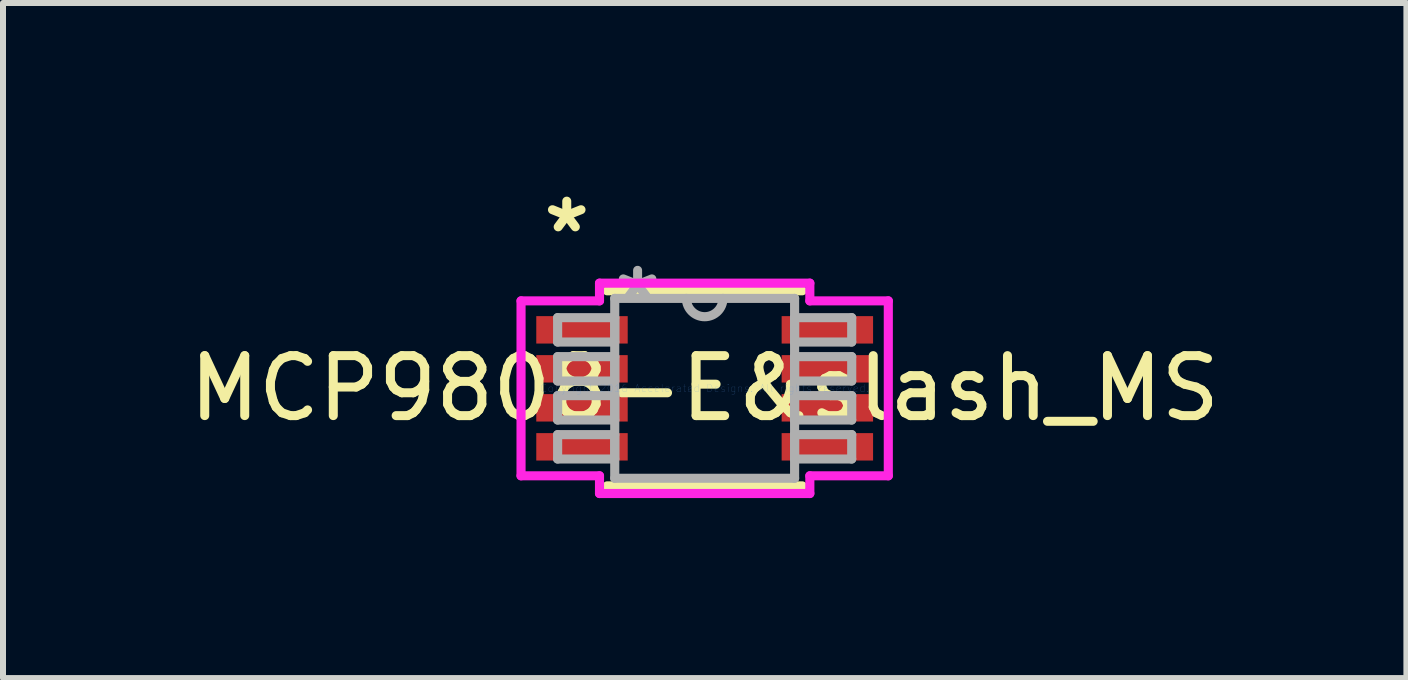
<source format=kicad_pcb>
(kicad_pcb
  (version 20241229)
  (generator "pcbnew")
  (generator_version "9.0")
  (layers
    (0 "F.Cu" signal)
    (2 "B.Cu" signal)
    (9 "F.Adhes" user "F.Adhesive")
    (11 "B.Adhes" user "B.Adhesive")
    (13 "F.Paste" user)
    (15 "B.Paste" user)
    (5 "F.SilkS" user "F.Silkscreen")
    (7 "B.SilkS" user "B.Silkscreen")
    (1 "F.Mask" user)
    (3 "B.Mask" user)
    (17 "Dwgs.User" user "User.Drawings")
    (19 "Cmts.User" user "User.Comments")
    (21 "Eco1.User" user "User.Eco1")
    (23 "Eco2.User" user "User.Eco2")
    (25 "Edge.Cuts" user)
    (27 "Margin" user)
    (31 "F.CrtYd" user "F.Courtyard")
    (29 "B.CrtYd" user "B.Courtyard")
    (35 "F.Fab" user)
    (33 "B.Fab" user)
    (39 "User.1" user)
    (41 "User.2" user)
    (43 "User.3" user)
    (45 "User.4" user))
  (footprint "MCP9808-E&slash_MS"
    (layer "F.Cu")
    (at 8.696 3.423)
    (property "Reference" "MCP9808-E&slash_MS" (at 0 0 0) (layer "F.SilkS") (effects (font (size 1 1) (thickness 0.15))))
    (attr through_hole)
    (fp_line (start -1.626 1.626) (end 1.626 1.626) (stroke (width 0.152) (type solid)) (layer "F.SilkS"))
    (fp_line (start 1.626 -1.626) (end -1.626 -1.626) (stroke (width 0.152) (type solid)) (layer "F.SilkS"))
    (fp_line (start -3.061 -1.458) (end -1.753 -1.458) (stroke (width 0.152) (type solid)) (layer "F.CrtYd"))
    (fp_line (start -3.061 1.458) (end -3.061 -1.458) (stroke (width 0.152) (type solid)) (layer "F.CrtYd"))
    (fp_line (start -1.753 -1.753) (end 1.753 -1.753) (stroke (width 0.152) (type solid)) (layer "F.CrtYd"))
    (fp_line (start -1.753 -1.458) (end -1.753 -1.753) (stroke (width 0.152) (type solid)) (layer "F.CrtYd"))
    (fp_line (start -1.753 1.458) (end -3.061 1.458) (stroke (width 0.152) (type solid)) (layer "F.CrtYd"))
    (fp_line (start -1.753 1.753) (end -1.753 1.458) (stroke (width 0.152) (type solid)) (layer "F.CrtYd"))
    (fp_line (start 1.753 -1.753) (end 1.753 -1.458) (stroke (width 0.152) (type solid)) (layer "F.CrtYd"))
    (fp_line (start 1.753 -1.458) (end 3.061 -1.458) (stroke (width 0.152) (type solid)) (layer "F.CrtYd"))
    (fp_line (start 1.753 1.458) (end 1.753 1.753) (stroke (width 0.152) (type solid)) (layer "F.CrtYd"))
    (fp_line (start 1.753 1.753) (end -1.753 1.753) (stroke (width 0.152) (type solid)) (layer "F.CrtYd"))
    (fp_line (start 3.061 -1.458) (end 3.061 1.458) (stroke (width 0.152) (type solid)) (layer "F.CrtYd"))
    (fp_line (start 3.061 1.458) (end 1.753 1.458) (stroke (width 0.152) (type solid)) (layer "F.CrtYd"))
    (fp_line (start -2.451 -1.178) (end -2.451 -0.772) (stroke (width 0.152) (type solid)) (layer "F.Fab"))
    (fp_line (start -2.451 -0.772) (end -1.499 -0.772) (stroke (width 0.152) (type solid)) (layer "F.Fab"))
    (fp_line (start -2.451 -0.528) (end -2.451 -0.122) (stroke (width 0.152) (type solid)) (layer "F.Fab"))
    (fp_line (start -2.451 -0.122) (end -1.499 -0.122) (stroke (width 0.152) (type solid)) (layer "F.Fab"))
    (fp_line (start -2.451 0.122) (end -2.451 0.528) (stroke (width 0.152) (type solid)) (layer "F.Fab"))
    (fp_line (start -2.451 0.528) (end -1.499 0.528) (stroke (width 0.152) (type solid)) (layer "F.Fab"))
    (fp_line (start -2.451 0.772) (end -2.451 1.178) (stroke (width 0.152) (type solid)) (layer "F.Fab"))
    (fp_line (start -2.451 1.178) (end -1.499 1.178) (stroke (width 0.152) (type solid)) (layer "F.Fab"))
    (fp_line (start -1.499 -1.499) (end -1.499 1.499) (stroke (width 0.152) (type solid)) (layer "F.Fab"))
    (fp_line (start -1.499 -1.178) (end -2.451 -1.178) (stroke (width 0.152) (type solid)) (layer "F.Fab"))
    (fp_line (start -1.499 -0.772) (end -1.499 -1.178) (stroke (width 0.152) (type solid)) (layer "F.Fab"))
    (fp_line (start -1.499 -0.528) (end -2.451 -0.528) (stroke (width 0.152) (type solid)) (layer "F.Fab"))
    (fp_line (start -1.499 -0.122) (end -1.499 -0.528) (stroke (width 0.152) (type solid)) (layer "F.Fab"))
    (fp_line (start -1.499 0.122) (end -2.451 0.122) (stroke (width 0.152) (type solid)) (layer "F.Fab"))
    (fp_line (start -1.499 0.528) (end -1.499 0.122) (stroke (width 0.152) (type solid)) (layer "F.Fab"))
    (fp_line (start -1.499 0.772) (end -2.451 0.772) (stroke (width 0.152) (type solid)) (layer "F.Fab"))
    (fp_line (start -1.499 1.178) (end -1.499 0.772) (stroke (width 0.152) (type solid)) (layer "F.Fab"))
    (fp_line (start -1.499 1.499) (end 1.499 1.499) (stroke (width 0.152) (type solid)) (layer "F.Fab"))
    (fp_line (start 1.499 -1.499) (end -1.499 -1.499) (stroke (width 0.152) (type solid)) (layer "F.Fab"))
    (fp_line (start 1.499 -1.178) (end 1.499 -0.772) (stroke (width 0.152) (type solid)) (layer "F.Fab"))
    (fp_line (start 1.499 -0.772) (end 2.451 -0.772) (stroke (width 0.152) (type solid)) (layer "F.Fab"))
    (fp_line (start 1.499 -0.528) (end 1.499 -0.122) (stroke (width 0.152) (type solid)) (layer "F.Fab"))
    (fp_line (start 1.499 -0.122) (end 2.451 -0.122) (stroke (width 0.152) (type solid)) (layer "F.Fab"))
    (fp_line (start 1.499 0.122) (end 1.499 0.528) (stroke (width 0.152) (type solid)) (layer "F.Fab"))
    (fp_line (start 1.499 0.528) (end 2.451 0.528) (stroke (width 0.152) (type solid)) (layer "F.Fab"))
    (fp_line (start 1.499 0.772) (end 1.499 1.178) (stroke (width 0.152) (type solid)) (layer "F.Fab"))
    (fp_line (start 1.499 1.178) (end 2.451 1.178) (stroke (width 0.152) (type solid)) (layer "F.Fab"))
    (fp_line (start 1.499 1.499) (end 1.499 -1.499) (stroke (width 0.152) (type solid)) (layer "F.Fab"))
    (fp_line (start 2.451 -1.178) (end 1.499 -1.178) (stroke (width 0.152) (type solid)) (layer "F.Fab"))
    (fp_line (start 2.451 -0.772) (end 2.451 -1.178) (stroke (width 0.152) (type solid)) (layer "F.Fab"))
    (fp_line (start 2.451 -0.528) (end 1.499 -0.528) (stroke (width 0.152) (type solid)) (layer "F.Fab"))
    (fp_line (start 2.451 -0.122) (end 2.451 -0.528) (stroke (width 0.152) (type solid)) (layer "F.Fab"))
    (fp_line (start 2.451 0.122) (end 1.499 0.122) (stroke (width 0.152) (type solid)) (layer "F.Fab"))
    (fp_line (start 2.451 0.528) (end 2.451 0.122) (stroke (width 0.152) (type solid)) (layer "F.Fab"))
    (fp_line (start 2.451 0.772) (end 1.499 0.772) (stroke (width 0.152) (type solid)) (layer "F.Fab"))
    (fp_line (start 2.451 1.178) (end 2.451 0.772) (stroke (width 0.152) (type solid)) (layer "F.Fab"))
    (fp_arc (start 0.3048 -1.4986) (mid 0 -1.1938) (end -0.3048 -1.4986) (stroke (width 0.1524) (type solid)) (layer "F.Fab"))
    (fp_text user "*" (at -2.299 -2.575 0) (layer "F.SilkS") (effects (font (size 1 1) (thickness 0.15))))
    (fp_text user "Copyright 2016 Accelerated Designs. All rights reserved." (at 0 0 0) (layer "Cmts.User") (effects (font (size 0.127 0.127) (thickness 0.002))))
    (fp_text user "*" (at -1.118 -1.422 0) (layer "F.Fab") (effects (font (size 1 1) (thickness 0.15))))
    (pad "1" smd rect (at -2.045 -0.975) (size 1.524 0.457) (layers "F.Cu" "F.Mask" "F.Paste"))
    (pad "2" smd rect (at -2.045 -0.325) (size 1.524 0.457) (layers "F.Cu" "F.Mask" "F.Paste"))
    (pad "3" smd rect (at -2.045 0.325) (size 1.524 0.457) (layers "F.Cu" "F.Mask" "F.Paste"))
    (pad "4" smd rect (at -2.045 0.975) (size 1.524 0.457) (layers "F.Cu" "F.Mask" "F.Paste"))
    (pad "5" smd rect (at 2.045 0.975) (size 1.524 0.457) (layers "F.Cu" "F.Mask" "F.Paste"))
    (pad "6" smd rect (at 2.045 0.325) (size 1.524 0.457) (layers "F.Cu" "F.Mask" "F.Paste"))
    (pad "7" smd rect (at 2.045 -0.325) (size 1.524 0.457) (layers "F.Cu" "F.Mask" "F.Paste"))
    (pad "8" smd rect (at 2.045 -0.975) (size 1.524 0.457) (layers "F.Cu" "F.Mask" "F.Paste")))
  (gr_rect
    (start -3 -3)
    (end 20.393 8.252)
    (stroke (width 0.1) (type default))
    (fill no)
    (layer "Edge.Cuts")))
</source>
